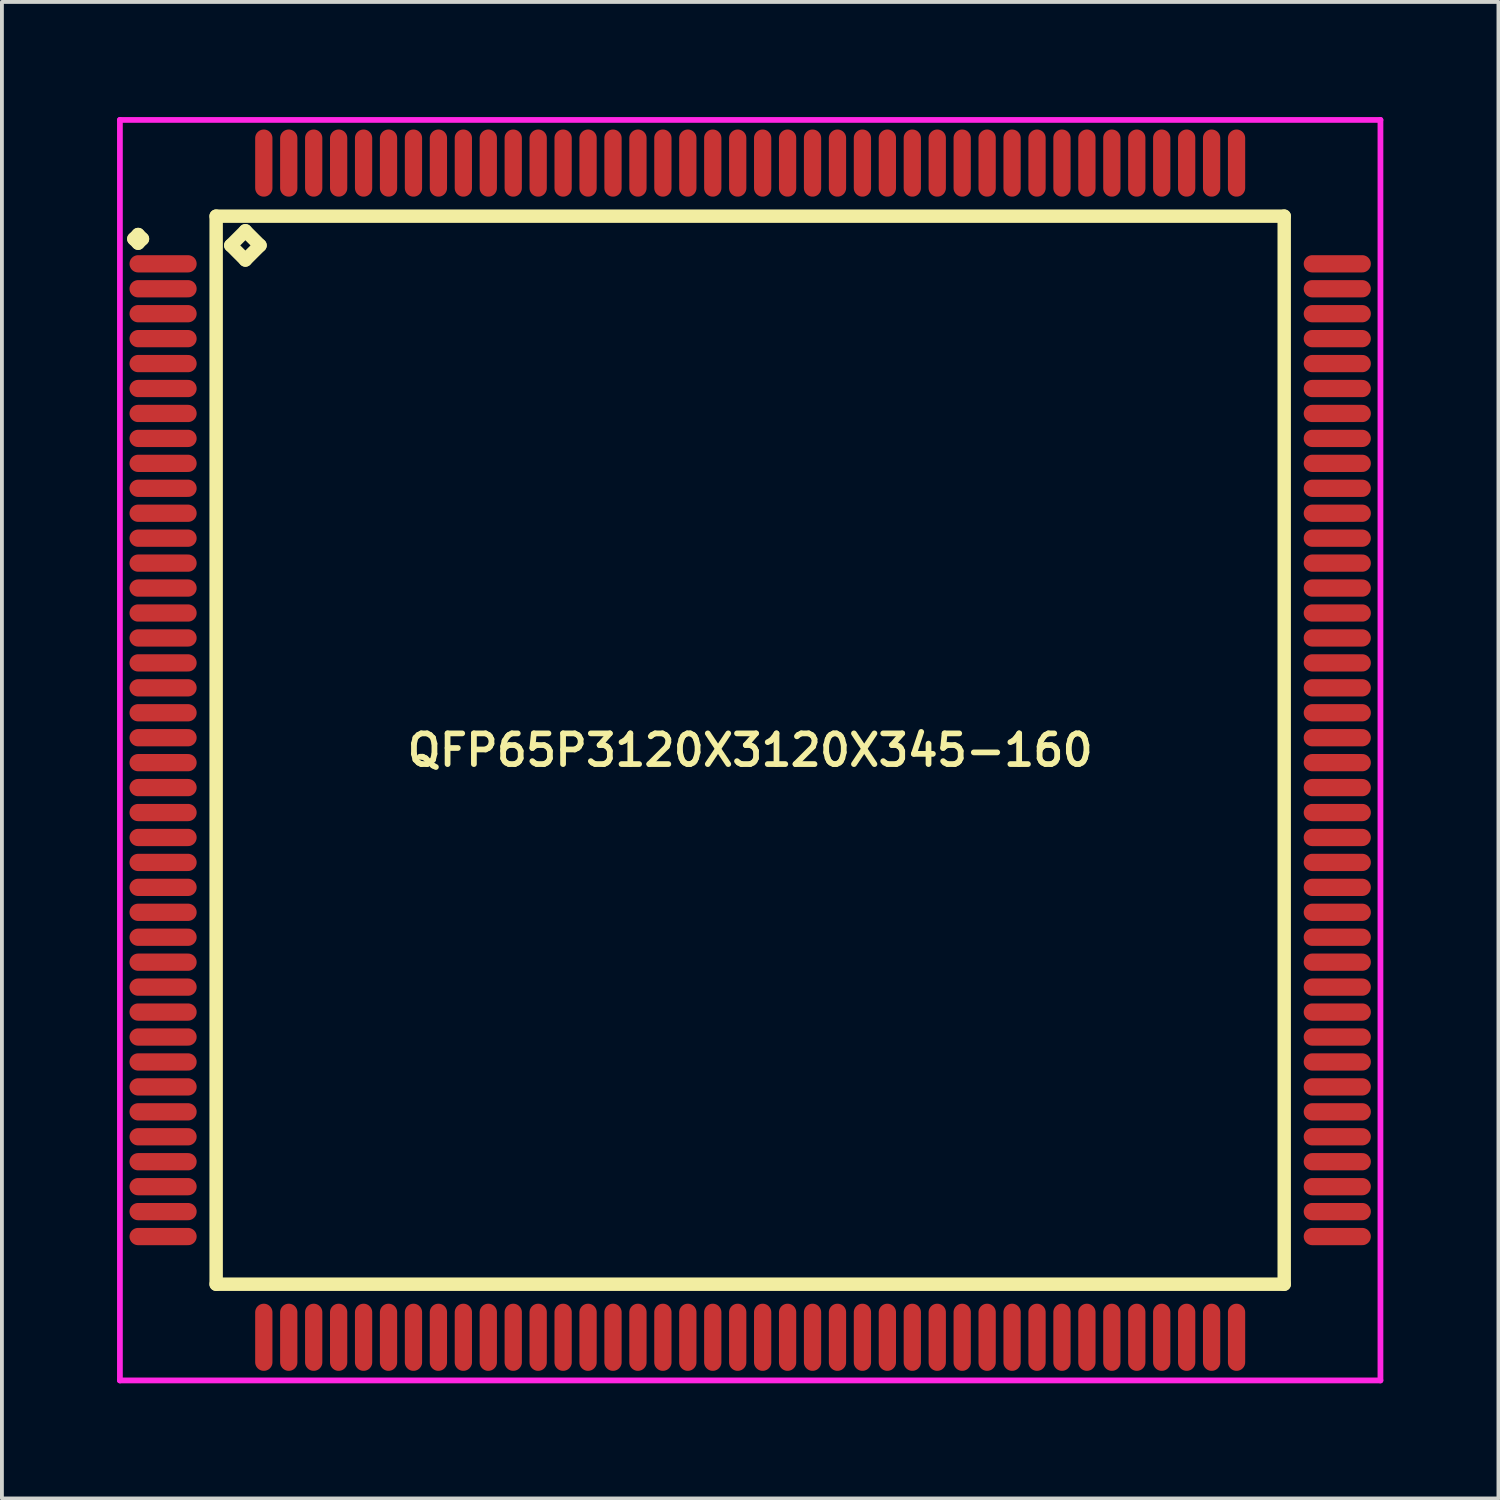
<source format=kicad_pcb>
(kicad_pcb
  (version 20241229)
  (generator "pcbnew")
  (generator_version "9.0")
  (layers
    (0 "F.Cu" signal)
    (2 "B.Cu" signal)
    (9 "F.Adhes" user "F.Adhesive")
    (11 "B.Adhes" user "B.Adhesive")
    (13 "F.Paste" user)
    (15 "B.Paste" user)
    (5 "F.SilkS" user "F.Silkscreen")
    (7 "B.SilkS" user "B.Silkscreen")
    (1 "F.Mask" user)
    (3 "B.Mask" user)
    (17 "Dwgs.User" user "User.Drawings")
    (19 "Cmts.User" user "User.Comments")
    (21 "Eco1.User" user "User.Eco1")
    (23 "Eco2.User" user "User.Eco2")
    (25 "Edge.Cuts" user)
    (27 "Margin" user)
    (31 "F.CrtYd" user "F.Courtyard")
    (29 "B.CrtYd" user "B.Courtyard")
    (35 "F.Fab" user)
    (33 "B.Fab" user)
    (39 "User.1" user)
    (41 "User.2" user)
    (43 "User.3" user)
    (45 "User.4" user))
  (footprint "QFP65P3120X3120X345-160"
    (layer "F.Cu")
    (at 16.5 16.5)
    (property "Reference" "QFP65P3120X3120X345-160" (at 0 0 0) (layer "F.SilkS") (effects (font (size 0.8 0.8) (thickness 0.15))))
    (attr smd)
    (fp_line (start -16.062 -13.325) (end -15.95 -13.438) (stroke (width 0.35) (type solid)) (layer "F.SilkS"))
    (fp_line (start -15.95 -13.438) (end -15.838 -13.325) (stroke (width 0.35) (type solid)) (layer "F.SilkS"))
    (fp_line (start -15.95 -13.213) (end -16.062 -13.325) (stroke (width 0.35) (type solid)) (layer "F.SilkS"))
    (fp_line (start -15.838 -13.325) (end -15.95 -13.213) (stroke (width 0.35) (type solid)) (layer "F.SilkS"))
    (fp_line (start -13.917 -13.917) (end -13.917 13.917) (stroke (width 0.35) (type solid)) (layer "F.SilkS"))
    (fp_line (start -13.917 13.917) (end 13.917 13.917) (stroke (width 0.35) (type solid)) (layer "F.SilkS"))
    (fp_line (start -13.536 -13.155) (end -13.155 -13.536) (stroke (width 0.35) (type solid)) (layer "F.SilkS"))
    (fp_line (start -13.155 -13.536) (end -12.774 -13.155) (stroke (width 0.35) (type solid)) (layer "F.SilkS"))
    (fp_line (start -13.155 -12.774) (end -13.536 -13.155) (stroke (width 0.35) (type solid)) (layer "F.SilkS"))
    (fp_line (start -12.774 -13.155) (end -13.155 -12.774) (stroke (width 0.35) (type solid)) (layer "F.SilkS"))
    (fp_line (start 13.917 -13.917) (end -13.917 -13.917) (stroke (width 0.35) (type solid)) (layer "F.SilkS"))
    (fp_line (start 13.917 13.917) (end 13.917 -13.917) (stroke (width 0.35) (type solid)) (layer "F.SilkS"))
    (fp_line (start -16.425 -16.425) (end 16.425 -16.425) (stroke (width 0.15) (type solid)) (layer "F.CrtYd"))
    (fp_line (start -16.425 16.425) (end -16.425 -16.425) (stroke (width 0.15) (type solid)) (layer "F.CrtYd"))
    (fp_line (start 16.425 -16.425) (end 16.425 16.425) (stroke (width 0.15) (type solid)) (layer "F.CrtYd"))
    (fp_line (start 16.425 16.425) (end -16.425 16.425) (stroke (width 0.15) (type solid)) (layer "F.CrtYd"))
    (pad "1" smd oval (at -15.3 -12.675) (size 1.75 0.45) (layers "F.Cu" "F.Mask" "F.Paste"))
    (pad "2" smd oval (at -15.3 -12.025) (size 1.75 0.45) (layers "F.Cu" "F.Mask" "F.Paste"))
    (pad "3" smd oval (at -15.3 -11.375) (size 1.75 0.45) (layers "F.Cu" "F.Mask" "F.Paste"))
    (pad "4" smd oval (at -15.3 -10.725) (size 1.75 0.45) (layers "F.Cu" "F.Mask" "F.Paste"))
    (pad "5" smd oval (at -15.3 -10.075) (size 1.75 0.45) (layers "F.Cu" "F.Mask" "F.Paste"))
    (pad "6" smd oval (at -15.3 -9.425) (size 1.75 0.45) (layers "F.Cu" "F.Mask" "F.Paste"))
    (pad "7" smd oval (at -15.3 -8.775) (size 1.75 0.45) (layers "F.Cu" "F.Mask" "F.Paste"))
    (pad "8" smd oval (at -15.3 -8.125) (size 1.75 0.45) (layers "F.Cu" "F.Mask" "F.Paste"))
    (pad "9" smd oval (at -15.3 -7.475) (size 1.75 0.45) (layers "F.Cu" "F.Mask" "F.Paste"))
    (pad "10" smd oval (at -15.3 -6.825) (size 1.75 0.45) (layers "F.Cu" "F.Mask" "F.Paste"))
    (pad "11" smd oval (at -15.3 -6.175) (size 1.75 0.45) (layers "F.Cu" "F.Mask" "F.Paste"))
    (pad "12" smd oval (at -15.3 -5.525) (size 1.75 0.45) (layers "F.Cu" "F.Mask" "F.Paste"))
    (pad "13" smd oval (at -15.3 -4.875) (size 1.75 0.45) (layers "F.Cu" "F.Mask" "F.Paste"))
    (pad "14" smd oval (at -15.3 -4.225) (size 1.75 0.45) (layers "F.Cu" "F.Mask" "F.Paste"))
    (pad "15" smd oval (at -15.3 -3.575) (size 1.75 0.45) (layers "F.Cu" "F.Mask" "F.Paste"))
    (pad "16" smd oval (at -15.3 -2.925) (size 1.75 0.45) (layers "F.Cu" "F.Mask" "F.Paste"))
    (pad "17" smd oval (at -15.3 -2.275) (size 1.75 0.45) (layers "F.Cu" "F.Mask" "F.Paste"))
    (pad "18" smd oval (at -15.3 -1.625) (size 1.75 0.45) (layers "F.Cu" "F.Mask" "F.Paste"))
    (pad "19" smd oval (at -15.3 -0.975) (size 1.75 0.45) (layers "F.Cu" "F.Mask" "F.Paste"))
    (pad "20" smd oval (at -15.3 -0.325) (size 1.75 0.45) (layers "F.Cu" "F.Mask" "F.Paste"))
    (pad "21" smd oval (at -15.3 0.325) (size 1.75 0.45) (layers "F.Cu" "F.Mask" "F.Paste"))
    (pad "22" smd oval (at -15.3 0.975) (size 1.75 0.45) (layers "F.Cu" "F.Mask" "F.Paste"))
    (pad "23" smd oval (at -15.3 1.625) (size 1.75 0.45) (layers "F.Cu" "F.Mask" "F.Paste"))
    (pad "24" smd oval (at -15.3 2.275) (size 1.75 0.45) (layers "F.Cu" "F.Mask" "F.Paste"))
    (pad "25" smd oval (at -15.3 2.925) (size 1.75 0.45) (layers "F.Cu" "F.Mask" "F.Paste"))
    (pad "26" smd oval (at -15.3 3.575) (size 1.75 0.45) (layers "F.Cu" "F.Mask" "F.Paste"))
    (pad "27" smd oval (at -15.3 4.225) (size 1.75 0.45) (layers "F.Cu" "F.Mask" "F.Paste"))
    (pad "28" smd oval (at -15.3 4.875) (size 1.75 0.45) (layers "F.Cu" "F.Mask" "F.Paste"))
    (pad "29" smd oval (at -15.3 5.525) (size 1.75 0.45) (layers "F.Cu" "F.Mask" "F.Paste"))
    (pad "30" smd oval (at -15.3 6.175) (size 1.75 0.45) (layers "F.Cu" "F.Mask" "F.Paste"))
    (pad "31" smd oval (at -15.3 6.825) (size 1.75 0.45) (layers "F.Cu" "F.Mask" "F.Paste"))
    (pad "32" smd oval (at -15.3 7.475) (size 1.75 0.45) (layers "F.Cu" "F.Mask" "F.Paste"))
    (pad "33" smd oval (at -15.3 8.125) (size 1.75 0.45) (layers "F.Cu" "F.Mask" "F.Paste"))
    (pad "34" smd oval (at -15.3 8.775) (size 1.75 0.45) (layers "F.Cu" "F.Mask" "F.Paste"))
    (pad "35" smd oval (at -15.3 9.425) (size 1.75 0.45) (layers "F.Cu" "F.Mask" "F.Paste"))
    (pad "36" smd oval (at -15.3 10.075) (size 1.75 0.45) (layers "F.Cu" "F.Mask" "F.Paste"))
    (pad "37" smd oval (at -15.3 10.725) (size 1.75 0.45) (layers "F.Cu" "F.Mask" "F.Paste"))
    (pad "38" smd oval (at -15.3 11.375) (size 1.75 0.45) (layers "F.Cu" "F.Mask" "F.Paste"))
    (pad "39" smd oval (at -15.3 12.025) (size 1.75 0.45) (layers "F.Cu" "F.Mask" "F.Paste"))
    (pad "40" smd oval (at -15.3 12.675) (size 1.75 0.45) (layers "F.Cu" "F.Mask" "F.Paste"))
    (pad "41" smd oval (at -12.675 15.3) (size 0.45 1.75) (layers "F.Cu" "F.Mask" "F.Paste"))
    (pad "42" smd oval (at -12.025 15.3) (size 0.45 1.75) (layers "F.Cu" "F.Mask" "F.Paste"))
    (pad "43" smd oval (at -11.375 15.3) (size 0.45 1.75) (layers "F.Cu" "F.Mask" "F.Paste"))
    (pad "44" smd oval (at -10.725 15.3) (size 0.45 1.75) (layers "F.Cu" "F.Mask" "F.Paste"))
    (pad "45" smd oval (at -10.075 15.3) (size 0.45 1.75) (layers "F.Cu" "F.Mask" "F.Paste"))
    (pad "46" smd oval (at -9.425 15.3) (size 0.45 1.75) (layers "F.Cu" "F.Mask" "F.Paste"))
    (pad "47" smd oval (at -8.775 15.3) (size 0.45 1.75) (layers "F.Cu" "F.Mask" "F.Paste"))
    (pad "48" smd oval (at -8.125 15.3) (size 0.45 1.75) (layers "F.Cu" "F.Mask" "F.Paste"))
    (pad "49" smd oval (at -7.475 15.3) (size 0.45 1.75) (layers "F.Cu" "F.Mask" "F.Paste"))
    (pad "50" smd oval (at -6.825 15.3) (size 0.45 1.75) (layers "F.Cu" "F.Mask" "F.Paste"))
    (pad "51" smd oval (at -6.175 15.3) (size 0.45 1.75) (layers "F.Cu" "F.Mask" "F.Paste"))
    (pad "52" smd oval (at -5.525 15.3) (size 0.45 1.75) (layers "F.Cu" "F.Mask" "F.Paste"))
    (pad "53" smd oval (at -4.875 15.3) (size 0.45 1.75) (layers "F.Cu" "F.Mask" "F.Paste"))
    (pad "54" smd oval (at -4.225 15.3) (size 0.45 1.75) (layers "F.Cu" "F.Mask" "F.Paste"))
    (pad "55" smd oval (at -3.575 15.3) (size 0.45 1.75) (layers "F.Cu" "F.Mask" "F.Paste"))
    (pad "56" smd oval (at -2.925 15.3) (size 0.45 1.75) (layers "F.Cu" "F.Mask" "F.Paste"))
    (pad "57" smd oval (at -2.275 15.3) (size 0.45 1.75) (layers "F.Cu" "F.Mask" "F.Paste"))
    (pad "58" smd oval (at -1.625 15.3) (size 0.45 1.75) (layers "F.Cu" "F.Mask" "F.Paste"))
    (pad "59" smd oval (at -0.975 15.3) (size 0.45 1.75) (layers "F.Cu" "F.Mask" "F.Paste"))
    (pad "60" smd oval (at -0.325 15.3) (size 0.45 1.75) (layers "F.Cu" "F.Mask" "F.Paste"))
    (pad "61" smd oval (at 0.325 15.3) (size 0.45 1.75) (layers "F.Cu" "F.Mask" "F.Paste"))
    (pad "62" smd oval (at 0.975 15.3) (size 0.45 1.75) (layers "F.Cu" "F.Mask" "F.Paste"))
    (pad "63" smd oval (at 1.625 15.3) (size 0.45 1.75) (layers "F.Cu" "F.Mask" "F.Paste"))
    (pad "64" smd oval (at 2.275 15.3) (size 0.45 1.75) (layers "F.Cu" "F.Mask" "F.Paste"))
    (pad "65" smd oval (at 2.925 15.3) (size 0.45 1.75) (layers "F.Cu" "F.Mask" "F.Paste"))
    (pad "66" smd oval (at 3.575 15.3) (size 0.45 1.75) (layers "F.Cu" "F.Mask" "F.Paste"))
    (pad "67" smd oval (at 4.225 15.3) (size 0.45 1.75) (layers "F.Cu" "F.Mask" "F.Paste"))
    (pad "68" smd oval (at 4.875 15.3) (size 0.45 1.75) (layers "F.Cu" "F.Mask" "F.Paste"))
    (pad "69" smd oval (at 5.525 15.3) (size 0.45 1.75) (layers "F.Cu" "F.Mask" "F.Paste"))
    (pad "70" smd oval (at 6.175 15.3) (size 0.45 1.75) (layers "F.Cu" "F.Mask" "F.Paste"))
    (pad "71" smd oval (at 6.825 15.3) (size 0.45 1.75) (layers "F.Cu" "F.Mask" "F.Paste"))
    (pad "72" smd oval (at 7.475 15.3) (size 0.45 1.75) (layers "F.Cu" "F.Mask" "F.Paste"))
    (pad "73" smd oval (at 8.125 15.3) (size 0.45 1.75) (layers "F.Cu" "F.Mask" "F.Paste"))
    (pad "74" smd oval (at 8.775 15.3) (size 0.45 1.75) (layers "F.Cu" "F.Mask" "F.Paste"))
    (pad "75" smd oval (at 9.425 15.3) (size 0.45 1.75) (layers "F.Cu" "F.Mask" "F.Paste"))
    (pad "76" smd oval (at 10.075 15.3) (size 0.45 1.75) (layers "F.Cu" "F.Mask" "F.Paste"))
    (pad "77" smd oval (at 10.725 15.3) (size 0.45 1.75) (layers "F.Cu" "F.Mask" "F.Paste"))
    (pad "78" smd oval (at 11.375 15.3) (size 0.45 1.75) (layers "F.Cu" "F.Mask" "F.Paste"))
    (pad "79" smd oval (at 12.025 15.3) (size 0.45 1.75) (layers "F.Cu" "F.Mask" "F.Paste"))
    (pad "80" smd oval (at 12.675 15.3) (size 0.45 1.75) (layers "F.Cu" "F.Mask" "F.Paste"))
    (pad "81" smd oval (at 15.3 12.675) (size 1.75 0.45) (layers "F.Cu" "F.Mask" "F.Paste"))
    (pad "82" smd oval (at 15.3 12.025) (size 1.75 0.45) (layers "F.Cu" "F.Mask" "F.Paste"))
    (pad "83" smd oval (at 15.3 11.375) (size 1.75 0.45) (layers "F.Cu" "F.Mask" "F.Paste"))
    (pad "84" smd oval (at 15.3 10.725) (size 1.75 0.45) (layers "F.Cu" "F.Mask" "F.Paste"))
    (pad "85" smd oval (at 15.3 10.075) (size 1.75 0.45) (layers "F.Cu" "F.Mask" "F.Paste"))
    (pad "86" smd oval (at 15.3 9.425) (size 1.75 0.45) (layers "F.Cu" "F.Mask" "F.Paste"))
    (pad "87" smd oval (at 15.3 8.775) (size 1.75 0.45) (layers "F.Cu" "F.Mask" "F.Paste"))
    (pad "88" smd oval (at 15.3 8.125) (size 1.75 0.45) (layers "F.Cu" "F.Mask" "F.Paste"))
    (pad "89" smd oval (at 15.3 7.475) (size 1.75 0.45) (layers "F.Cu" "F.Mask" "F.Paste"))
    (pad "90" smd oval (at 15.3 6.825) (size 1.75 0.45) (layers "F.Cu" "F.Mask" "F.Paste"))
    (pad "91" smd oval (at 15.3 6.175) (size 1.75 0.45) (layers "F.Cu" "F.Mask" "F.Paste"))
    (pad "92" smd oval (at 15.3 5.525) (size 1.75 0.45) (layers "F.Cu" "F.Mask" "F.Paste"))
    (pad "93" smd oval (at 15.3 4.875) (size 1.75 0.45) (layers "F.Cu" "F.Mask" "F.Paste"))
    (pad "94" smd oval (at 15.3 4.225) (size 1.75 0.45) (layers "F.Cu" "F.Mask" "F.Paste"))
    (pad "95" smd oval (at 15.3 3.575) (size 1.75 0.45) (layers "F.Cu" "F.Mask" "F.Paste"))
    (pad "96" smd oval (at 15.3 2.925) (size 1.75 0.45) (layers "F.Cu" "F.Mask" "F.Paste"))
    (pad "97" smd oval (at 15.3 2.275) (size 1.75 0.45) (layers "F.Cu" "F.Mask" "F.Paste"))
    (pad "98" smd oval (at 15.3 1.625) (size 1.75 0.45) (layers "F.Cu" "F.Mask" "F.Paste"))
    (pad "99" smd oval (at 15.3 0.975) (size 1.75 0.45) (layers "F.Cu" "F.Mask" "F.Paste"))
    (pad "100" smd oval (at 15.3 0.325) (size 1.75 0.45) (layers "F.Cu" "F.Mask" "F.Paste"))
    (pad "101" smd oval (at 15.3 -0.325) (size 1.75 0.45) (layers "F.Cu" "F.Mask" "F.Paste"))
    (pad "102" smd oval (at 15.3 -0.975) (size 1.75 0.45) (layers "F.Cu" "F.Mask" "F.Paste"))
    (pad "103" smd oval (at 15.3 -1.625) (size 1.75 0.45) (layers "F.Cu" "F.Mask" "F.Paste"))
    (pad "104" smd oval (at 15.3 -2.275) (size 1.75 0.45) (layers "F.Cu" "F.Mask" "F.Paste"))
    (pad "105" smd oval (at 15.3 -2.925) (size 1.75 0.45) (layers "F.Cu" "F.Mask" "F.Paste"))
    (pad "106" smd oval (at 15.3 -3.575) (size 1.75 0.45) (layers "F.Cu" "F.Mask" "F.Paste"))
    (pad "107" smd oval (at 15.3 -4.225) (size 1.75 0.45) (layers "F.Cu" "F.Mask" "F.Paste"))
    (pad "108" smd oval (at 15.3 -4.875) (size 1.75 0.45) (layers "F.Cu" "F.Mask" "F.Paste"))
    (pad "109" smd oval (at 15.3 -5.525) (size 1.75 0.45) (layers "F.Cu" "F.Mask" "F.Paste"))
    (pad "110" smd oval (at 15.3 -6.175) (size 1.75 0.45) (layers "F.Cu" "F.Mask" "F.Paste"))
    (pad "111" smd oval (at 15.3 -6.825) (size 1.75 0.45) (layers "F.Cu" "F.Mask" "F.Paste"))
    (pad "112" smd oval (at 15.3 -7.475) (size 1.75 0.45) (layers "F.Cu" "F.Mask" "F.Paste"))
    (pad "113" smd oval (at 15.3 -8.125) (size 1.75 0.45) (layers "F.Cu" "F.Mask" "F.Paste"))
    (pad "114" smd oval (at 15.3 -8.775) (size 1.75 0.45) (layers "F.Cu" "F.Mask" "F.Paste"))
    (pad "115" smd oval (at 15.3 -9.425) (size 1.75 0.45) (layers "F.Cu" "F.Mask" "F.Paste"))
    (pad "116" smd oval (at 15.3 -10.075) (size 1.75 0.45) (layers "F.Cu" "F.Mask" "F.Paste"))
    (pad "117" smd oval (at 15.3 -10.725) (size 1.75 0.45) (layers "F.Cu" "F.Mask" "F.Paste"))
    (pad "118" smd oval (at 15.3 -11.375) (size 1.75 0.45) (layers "F.Cu" "F.Mask" "F.Paste"))
    (pad "119" smd oval (at 15.3 -12.025) (size 1.75 0.45) (layers "F.Cu" "F.Mask" "F.Paste"))
    (pad "120" smd oval (at 15.3 -12.675) (size 1.75 0.45) (layers "F.Cu" "F.Mask" "F.Paste"))
    (pad "121" smd oval (at 12.675 -15.3) (size 0.45 1.75) (layers "F.Cu" "F.Mask" "F.Paste"))
    (pad "122" smd oval (at 12.025 -15.3) (size 0.45 1.75) (layers "F.Cu" "F.Mask" "F.Paste"))
    (pad "123" smd oval (at 11.375 -15.3) (size 0.45 1.75) (layers "F.Cu" "F.Mask" "F.Paste"))
    (pad "124" smd oval (at 10.725 -15.3) (size 0.45 1.75) (layers "F.Cu" "F.Mask" "F.Paste"))
    (pad "125" smd oval (at 10.075 -15.3) (size 0.45 1.75) (layers "F.Cu" "F.Mask" "F.Paste"))
    (pad "126" smd oval (at 9.425 -15.3) (size 0.45 1.75) (layers "F.Cu" "F.Mask" "F.Paste"))
    (pad "127" smd oval (at 8.775 -15.3) (size 0.45 1.75) (layers "F.Cu" "F.Mask" "F.Paste"))
    (pad "128" smd oval (at 8.125 -15.3) (size 0.45 1.75) (layers "F.Cu" "F.Mask" "F.Paste"))
    (pad "129" smd oval (at 7.475 -15.3) (size 0.45 1.75) (layers "F.Cu" "F.Mask" "F.Paste"))
    (pad "130" smd oval (at 6.825 -15.3) (size 0.45 1.75) (layers "F.Cu" "F.Mask" "F.Paste"))
    (pad "131" smd oval (at 6.175 -15.3) (size 0.45 1.75) (layers "F.Cu" "F.Mask" "F.Paste"))
    (pad "132" smd oval (at 5.525 -15.3) (size 0.45 1.75) (layers "F.Cu" "F.Mask" "F.Paste"))
    (pad "133" smd oval (at 4.875 -15.3) (size 0.45 1.75) (layers "F.Cu" "F.Mask" "F.Paste"))
    (pad "134" smd oval (at 4.225 -15.3) (size 0.45 1.75) (layers "F.Cu" "F.Mask" "F.Paste"))
    (pad "135" smd oval (at 3.575 -15.3) (size 0.45 1.75) (layers "F.Cu" "F.Mask" "F.Paste"))
    (pad "136" smd oval (at 2.925 -15.3) (size 0.45 1.75) (layers "F.Cu" "F.Mask" "F.Paste"))
    (pad "137" smd oval (at 2.275 -15.3) (size 0.45 1.75) (layers "F.Cu" "F.Mask" "F.Paste"))
    (pad "138" smd oval (at 1.625 -15.3) (size 0.45 1.75) (layers "F.Cu" "F.Mask" "F.Paste"))
    (pad "139" smd oval (at 0.975 -15.3) (size 0.45 1.75) (layers "F.Cu" "F.Mask" "F.Paste"))
    (pad "140" smd oval (at 0.325 -15.3) (size 0.45 1.75) (layers "F.Cu" "F.Mask" "F.Paste"))
    (pad "141" smd oval (at -0.325 -15.3) (size 0.45 1.75) (layers "F.Cu" "F.Mask" "F.Paste"))
    (pad "142" smd oval (at -0.975 -15.3) (size 0.45 1.75) (layers "F.Cu" "F.Mask" "F.Paste"))
    (pad "143" smd oval (at -1.625 -15.3) (size 0.45 1.75) (layers "F.Cu" "F.Mask" "F.Paste"))
    (pad "144" smd oval (at -2.275 -15.3) (size 0.45 1.75) (layers "F.Cu" "F.Mask" "F.Paste"))
    (pad "145" smd oval (at -2.925 -15.3) (size 0.45 1.75) (layers "F.Cu" "F.Mask" "F.Paste"))
    (pad "146" smd oval (at -3.575 -15.3) (size 0.45 1.75) (layers "F.Cu" "F.Mask" "F.Paste"))
    (pad "147" smd oval (at -4.225 -15.3) (size 0.45 1.75) (layers "F.Cu" "F.Mask" "F.Paste"))
    (pad "148" smd oval (at -4.875 -15.3) (size 0.45 1.75) (layers "F.Cu" "F.Mask" "F.Paste"))
    (pad "149" smd oval (at -5.525 -15.3) (size 0.45 1.75) (layers "F.Cu" "F.Mask" "F.Paste"))
    (pad "150" smd oval (at -6.175 -15.3) (size 0.45 1.75) (layers "F.Cu" "F.Mask" "F.Paste"))
    (pad "151" smd oval (at -6.825 -15.3) (size 0.45 1.75) (layers "F.Cu" "F.Mask" "F.Paste"))
    (pad "152" smd oval (at -7.475 -15.3) (size 0.45 1.75) (layers "F.Cu" "F.Mask" "F.Paste"))
    (pad "153" smd oval (at -8.125 -15.3) (size 0.45 1.75) (layers "F.Cu" "F.Mask" "F.Paste"))
    (pad "154" smd oval (at -8.775 -15.3) (size 0.45 1.75) (layers "F.Cu" "F.Mask" "F.Paste"))
    (pad "155" smd oval (at -9.425 -15.3) (size 0.45 1.75) (layers "F.Cu" "F.Mask" "F.Paste"))
    (pad "156" smd oval (at -10.075 -15.3) (size 0.45 1.75) (layers "F.Cu" "F.Mask" "F.Paste"))
    (pad "157" smd oval (at -10.725 -15.3) (size 0.45 1.75) (layers "F.Cu" "F.Mask" "F.Paste"))
    (pad "158" smd oval (at -11.375 -15.3) (size 0.45 1.75) (layers "F.Cu" "F.Mask" "F.Paste"))
    (pad "159" smd oval (at -12.025 -15.3) (size 0.45 1.75) (layers "F.Cu" "F.Mask" "F.Paste"))
    (pad "160" smd oval (at -12.675 -15.3) (size 0.45 1.75) (layers "F.Cu" "F.Mask" "F.Paste")))
  (gr_rect
    (start -3 -3)
    (end 36 36)
    (stroke (width 0.1) (type default))
    (fill no)
    (layer "Edge.Cuts")))
</source>
